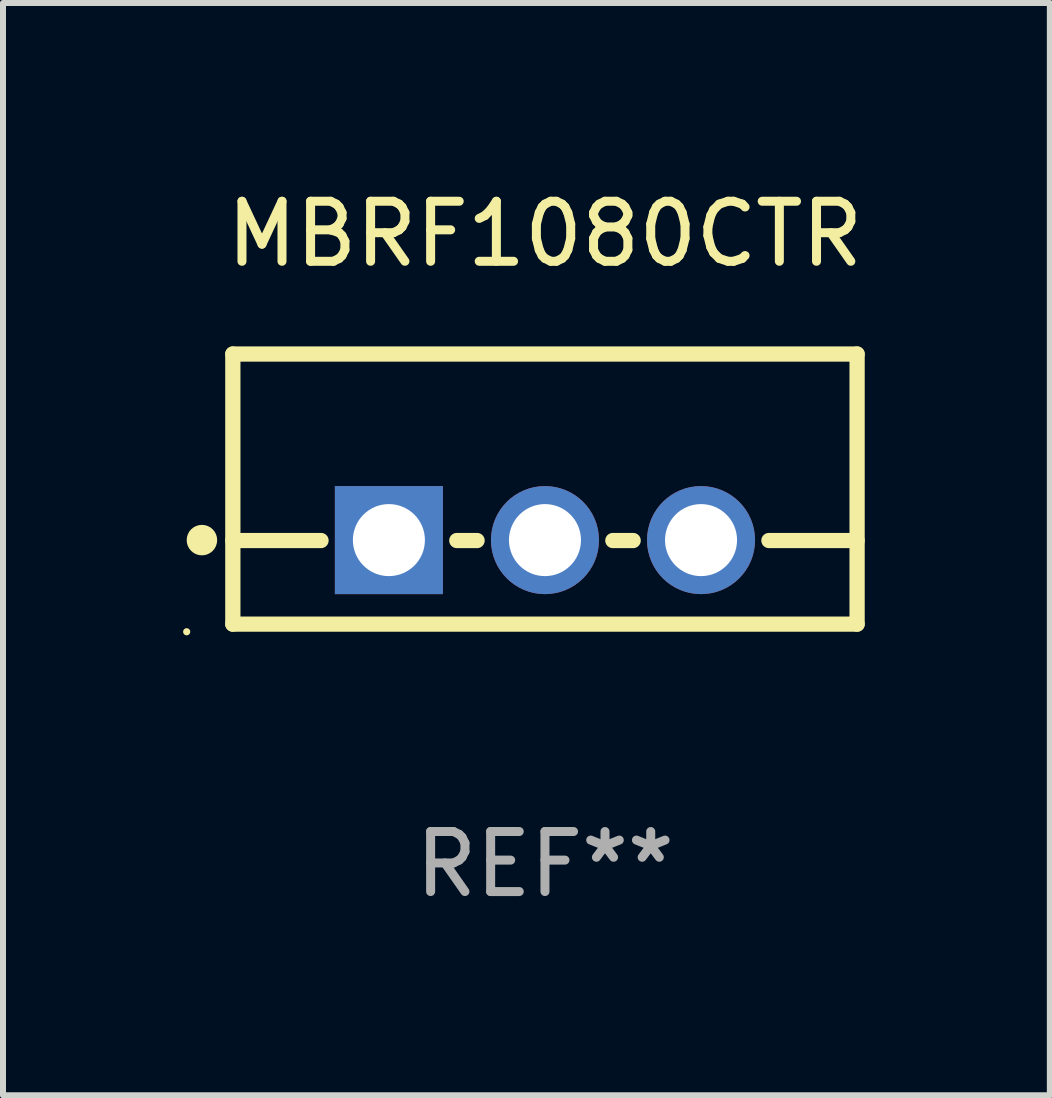
<source format=kicad_pcb>
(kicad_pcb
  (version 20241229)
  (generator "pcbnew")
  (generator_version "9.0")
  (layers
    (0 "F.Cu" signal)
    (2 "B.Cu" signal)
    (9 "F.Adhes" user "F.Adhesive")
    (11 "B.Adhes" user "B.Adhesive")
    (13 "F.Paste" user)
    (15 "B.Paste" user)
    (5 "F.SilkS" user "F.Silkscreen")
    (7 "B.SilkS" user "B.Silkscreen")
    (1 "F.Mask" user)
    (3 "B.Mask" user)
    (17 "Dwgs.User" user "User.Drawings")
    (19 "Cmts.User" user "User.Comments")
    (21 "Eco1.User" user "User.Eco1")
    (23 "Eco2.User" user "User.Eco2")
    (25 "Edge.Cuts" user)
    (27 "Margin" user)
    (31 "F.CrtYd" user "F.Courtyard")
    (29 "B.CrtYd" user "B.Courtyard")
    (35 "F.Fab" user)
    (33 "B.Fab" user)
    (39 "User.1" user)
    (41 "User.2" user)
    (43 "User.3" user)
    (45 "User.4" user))
  (footprint "MBRF1080CTR"
    (layer "F.Cu")
    (at 6.029 5.098)
    (property "Reference" "MBRF1080CTR" (at 0 -4.25 0) (layer "F.SilkS") (effects (font (size 1 1) (thickness 0.15))))
    (attr through_hole)
    (fp_line (start -5.2 -2.25) (end -5.2 2.25) (stroke (width 0.254) (type solid)) (layer "F.SilkS"))
    (fp_line (start -5.2 -2.25) (end 5.2 -2.25) (stroke (width 0.254) (type solid)) (layer "F.SilkS"))
    (fp_line (start -5.2 0.857) (end -3.731 0.857) (stroke (width 0.254) (type solid)) (layer "F.SilkS"))
    (fp_line (start -5.2 2.25) (end 5.2 2.25) (stroke (width 0.254) (type solid)) (layer "F.SilkS"))
    (fp_line (start -1.469 0.857) (end -1.131 0.857) (stroke (width 0.254) (type solid)) (layer "F.SilkS"))
    (fp_line (start 1.131 0.857) (end 1.469 0.857) (stroke (width 0.254) (type solid)) (layer "F.SilkS"))
    (fp_line (start 3.731 0.857) (end 5.2 0.857) (stroke (width 0.254) (type solid)) (layer "F.SilkS"))
    (fp_line (start 5.2 -2.25) (end 5.2 2.25) (stroke (width 0.254) (type solid)) (layer "F.SilkS"))
    (fp_circle (center -5.969 2.377) (end -5.939 2.377) (stroke (width 0.06) (type solid)) (fill no) (layer "F.SilkS"))
    (fp_circle (center -5.715 0.85) (end -5.588 0.85) (stroke (width 0.254) (type solid)) (fill no) (layer "F.SilkS"))
    (fp_text user "REF**" (at 0 6.25 0) (layer "F.Fab") (effects (font (size 1 1) (thickness 0.15))))
    (pad "1" thru_hole rect (at -2.6 0.85) (size 1.8 1.8) (drill 1.2) (layers "*.Cu" "*.Mask"))
    (pad "2" thru_hole circle (at 0 0.85) (size 1.8 1.8) (drill 1.2) (layers "*.Cu" "*.Mask"))
    (pad "3" thru_hole circle (at 2.6 0.85) (size 1.8 1.8) (drill 1.2) (layers "*.Cu" "*.Mask")))
  (gr_rect
    (start -3 -3)
    (end 14.44 15.197)
    (stroke (width 0.1) (type default))
    (fill no)
    (layer "Edge.Cuts")))
</source>
